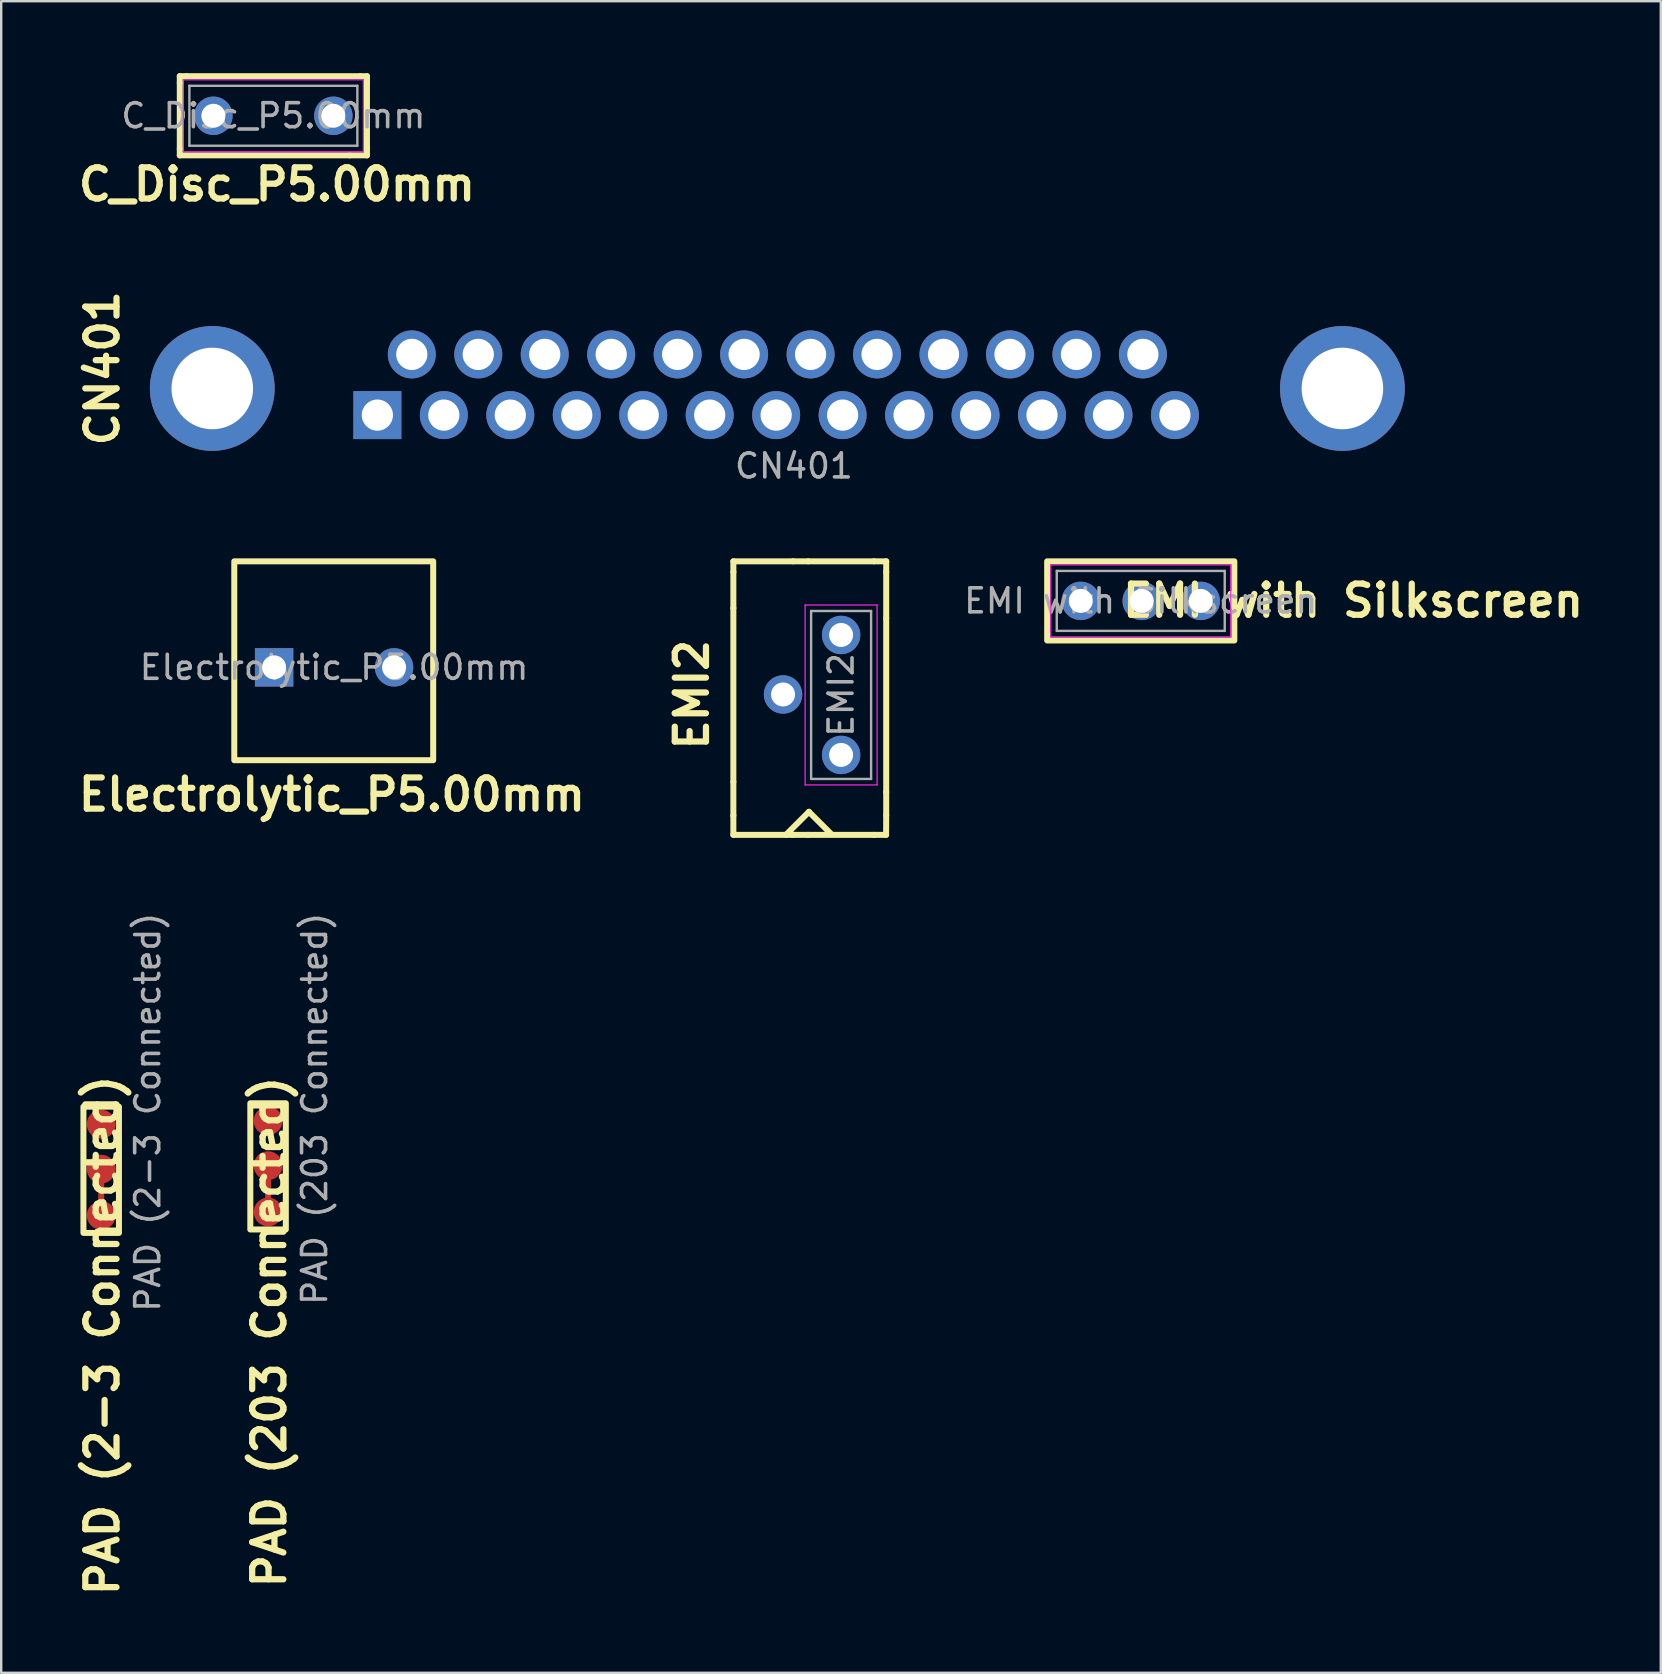
<source format=kicad_pcb>
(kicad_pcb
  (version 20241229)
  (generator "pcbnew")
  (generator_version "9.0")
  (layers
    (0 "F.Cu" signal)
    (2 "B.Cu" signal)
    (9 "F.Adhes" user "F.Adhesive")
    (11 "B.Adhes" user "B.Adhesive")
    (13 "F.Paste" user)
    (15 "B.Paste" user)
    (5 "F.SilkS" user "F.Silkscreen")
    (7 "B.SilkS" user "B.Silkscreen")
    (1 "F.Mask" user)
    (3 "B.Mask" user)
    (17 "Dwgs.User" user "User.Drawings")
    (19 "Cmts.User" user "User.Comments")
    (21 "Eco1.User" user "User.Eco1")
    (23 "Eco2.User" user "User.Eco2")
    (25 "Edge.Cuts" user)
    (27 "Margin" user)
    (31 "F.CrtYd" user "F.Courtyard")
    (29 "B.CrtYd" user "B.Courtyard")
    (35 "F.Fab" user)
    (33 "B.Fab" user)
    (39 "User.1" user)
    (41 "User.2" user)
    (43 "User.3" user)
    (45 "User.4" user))
  (footprint "EMI2"
    (layer "F.Cu")
    (at 29.534 25.863)
    (property "Reference" "EMI2" (at -3.75 0.04 90) (layer "F.SilkS") (effects (font (size 1.3 1.3) (thickness 0.26) (bold yes))))
    (attr through_hole)
    (fp_line (start -2.02 -5.07) (end -2.02 -5.52) (stroke (width 0.25) (type default)) (layer "F.SilkS"))
    (fp_line (start -2.02 -3.57) (end -2.02 -5.07) (stroke (width 0.25) (type default)) (layer "F.SilkS"))
    (fp_line (start -2.02 3.67) (end -2.02 -3.57) (stroke (width 0.25) (type default)) (layer "F.SilkS"))
    (fp_line (start -2.02 3.67) (end -2.02 5.07) (stroke (width 0.25) (type default)) (layer "F.SilkS"))
    (fp_line (start -2.02 5.07) (end -2.02 5.88) (stroke (width 0.25) (type default)) (layer "F.SilkS"))
    (fp_line (start 0.17 5.88) (end 1.13 4.92) (stroke (width 0.25) (type default)) (layer "F.SilkS"))
    (fp_line (start 0.465 5.88) (end -2.02 5.88) (stroke (width 0.25) (type default)) (layer "F.SilkS"))
    (fp_line (start 0.47 -5.52) (end -2.02 -5.52) (stroke (width 0.25) (type default)) (layer "F.SilkS"))
    (fp_line (start 1.095 5.88) (end 0.465 5.88) (stroke (width 0.25) (type default)) (layer "F.SilkS"))
    (fp_line (start 1.095 5.88) (end 3.835 5.88) (stroke (width 0.25) (type solid)) (layer "F.SilkS"))
    (fp_line (start 1.1 -5.52) (end 0.47 -5.52) (stroke (width 0.25) (type default)) (layer "F.SilkS"))
    (fp_line (start 1.1 -5.52) (end 3.84 -5.52) (stroke (width 0.25) (type solid)) (layer "F.SilkS"))
    (fp_line (start 1.13 4.92) (end 2.07 5.86) (stroke (width 0.25) (type default)) (layer "F.SilkS"))
    (fp_line (start 3.835 5.88) (end 4.345 5.88) (stroke (width 0.25) (type default)) (layer "F.SilkS"))
    (fp_line (start 3.84 -5.52) (end 4.35 -5.52) (stroke (width 0.25) (type default)) (layer "F.SilkS"))
    (fp_line (start 4.345 5.88) (end 4.35 5.07) (stroke (width 0.25) (type default)) (layer "F.SilkS"))
    (fp_line (start 4.35 -5.07) (end 4.35 -5.52) (stroke (width 0.25) (type default)) (layer "F.SilkS"))
    (fp_line (start 4.35 -3.14) (end 4.35 -5.07) (stroke (width 0.25) (type default)) (layer "F.SilkS"))
    (fp_line (start 4.35 4.1) (end 4.35 -3.14) (stroke (width 0.25) (type solid)) (layer "F.SilkS"))
    (fp_line (start 4.35 4.1) (end 4.35 5.07) (stroke (width 0.25) (type default)) (layer "F.SilkS"))
    (fp_line (start 0.97 -3.7) (end 0.97 3.8) (stroke (width 0.05) (type solid)) (layer "F.CrtYd"))
    (fp_line (start 0.97 3.8) (end 3.97 3.8) (stroke (width 0.05) (type solid)) (layer "F.CrtYd"))
    (fp_line (start 3.97 -3.7) (end 0.97 -3.7) (stroke (width 0.05) (type solid)) (layer "F.CrtYd"))
    (fp_line (start 3.97 3.8) (end 3.97 -3.7) (stroke (width 0.05) (type solid)) (layer "F.CrtYd"))
    (fp_line (start 1.22 -3.45) (end 1.22 3.55) (stroke (width 0.1) (type solid)) (layer "F.Fab"))
    (fp_line (start 1.22 3.55) (end 3.72 3.55) (stroke (width 0.1) (type solid)) (layer "F.Fab"))
    (fp_line (start 3.72 -3.45) (end 1.22 -3.45) (stroke (width 0.1) (type solid)) (layer "F.Fab"))
    (fp_line (start 3.72 3.55) (end 3.72 -3.45) (stroke (width 0.1) (type solid)) (layer "F.Fab"))
    (fp_text user "${REFERENCE}" (at 2.47 0.05 90) (layer "F.Fab") (effects (font (size 1 1) (thickness 0.15))))
    (pad "1" thru_hole circle (at 2.47 2.55 90) (size 1.6 1.6) (drill 1) (layers "*.Cu" "*.Mask"))
    (pad "2" thru_hole circle (at 0.05 0.03 90) (size 1.6 1.6) (drill 1) (layers "*.Cu" "*.Mask"))
    (pad "3" thru_hole circle (at 2.47 -2.45 90) (size 1.6 1.6) (drill 1) (layers "*.Cu" "*.Mask")))
  (footprint "EMI with Silkscreen"
    (layer "F.Cu")
    (at 44.552 21.963)
    (property "Reference" "EMI with Silkscreen" (at 8.79 0.02 0) (layer "F.SilkS") (effects (font (size 1.3 1.3) (thickness 0.26) (bold yes))))
    (attr through_hole)
    (fp_rect (start -3.96 -1.62) (end 3.84 1.68) (stroke (width 0.25) (type default)) (fill no) (layer "F.SilkS"))
    (fp_line (start -3.81 -1.47) (end -3.81 1.53) (stroke (width 0.05) (type solid)) (layer "F.CrtYd"))
    (fp_line (start -3.81 1.53) (end 3.69 1.53) (stroke (width 0.05) (type solid)) (layer "F.CrtYd"))
    (fp_line (start 3.69 -1.47) (end -3.81 -1.47) (stroke (width 0.05) (type solid)) (layer "F.CrtYd"))
    (fp_line (start 3.69 1.53) (end 3.69 -1.47) (stroke (width 0.05) (type solid)) (layer "F.CrtYd"))
    (fp_line (start -3.56 -1.22) (end -3.56 1.28) (stroke (width 0.1) (type solid)) (layer "F.Fab"))
    (fp_line (start -3.56 1.28) (end 3.44 1.28) (stroke (width 0.1) (type solid)) (layer "F.Fab"))
    (fp_line (start 3.44 -1.22) (end -3.56 -1.22) (stroke (width 0.1) (type solid)) (layer "F.Fab"))
    (fp_line (start 3.44 1.28) (end 3.44 -1.22) (stroke (width 0.1) (type solid)) (layer "F.Fab"))
    (fp_text user "${REFERENCE}" (at -0.06 0.03 0) (layer "F.Fab") (effects (font (size 1 1) (thickness 0.15))))
    (pad "1" thru_hole circle (at -2.56 0.03) (size 1.6 1.6) (drill 1) (layers "*.Cu" "*.Mask"))
    (pad "2" thru_hole circle (at -0.02 0.03) (size 1.6 1.6) (drill 1) (layers "*.Cu" "*.Mask"))
    (pad "3" thru_hole circle (at 2.44 0.03) (size 1.6 1.6) (drill 1) (layers "*.Cu" "*.Mask")))
  (footprint "C_Disc_P5.00mm"
    (layer "F.Cu")
    (at 8.403 1.745)
    (property "Reference" "C_Disc_P5.00mm" (at 0.09 2.89 180) (layer "F.SilkS") (effects (font (size 1.3 1.3) (thickness 0.26) (bold yes))))
    (attr through_hole)
    (fp_line (start -3.96 -1.34) (end -3.96 -1.62) (stroke (width 0.25) (type default)) (layer "F.SilkS"))
    (fp_line (start -3.96 -1.34) (end -3.96 1.4) (stroke (width 0.25) (type solid)) (layer "F.SilkS"))
    (fp_line (start -3.96 1.4) (end -3.96 1.68) (stroke (width 0.25) (type default)) (layer "F.SilkS"))
    (fp_line (start -3.96 1.68) (end 3.125 1.68) (stroke (width 0.25) (type solid)) (layer "F.SilkS"))
    (fp_line (start -3.68 -1.62) (end -3.96 -1.62) (stroke (width 0.25) (type default)) (layer "F.SilkS"))
    (fp_line (start -3.68 -1.62) (end 3.56 -1.62) (stroke (width 0.25) (type default)) (layer "F.SilkS"))
    (fp_line (start 3.125 1.68) (end 3.84 1.68) (stroke (width 0.25) (type default)) (layer "F.SilkS"))
    (fp_line (start 3.56 -1.62) (end 3.84 -1.62) (stroke (width 0.25) (type default)) (layer "F.SilkS"))
    (fp_line (start 3.84 -1.35) (end 3.84 -1.62) (stroke (width 0.25) (type default)) (layer "F.SilkS"))
    (fp_line (start 3.84 -1.35) (end 3.84 1.39) (stroke (width 0.25) (type solid)) (layer "F.SilkS"))
    (fp_line (start 3.84 1.39) (end 3.84 1.68) (stroke (width 0.25) (type default)) (layer "F.SilkS"))
    (fp_line (start -3.81 -1.47) (end -3.81 1.53) (stroke (width 0.05) (type solid)) (layer "F.CrtYd"))
    (fp_line (start -3.81 1.53) (end 3.69 1.53) (stroke (width 0.05) (type solid)) (layer "F.CrtYd"))
    (fp_line (start 3.69 -1.47) (end -3.81 -1.47) (stroke (width 0.05) (type solid)) (layer "F.CrtYd"))
    (fp_line (start 3.69 1.53) (end 3.69 -1.47) (stroke (width 0.05) (type solid)) (layer "F.CrtYd"))
    (fp_line (start -3.56 -1.22) (end -3.56 1.28) (stroke (width 0.1) (type solid)) (layer "F.Fab"))
    (fp_line (start -3.56 1.28) (end 3.44 1.28) (stroke (width 0.1) (type solid)) (layer "F.Fab"))
    (fp_line (start 3.44 -1.22) (end -3.56 -1.22) (stroke (width 0.1) (type solid)) (layer "F.Fab"))
    (fp_line (start 3.44 1.28) (end 3.44 -1.22) (stroke (width 0.1) (type solid)) (layer "F.Fab"))
    (fp_text user "${REFERENCE}" (at -0.06 0.03 180) (layer "F.Fab") (effects (font (size 1 1) (thickness 0.15))))
    (pad "1" thru_hole circle (at -2.56 0.03) (size 1.6 1.6) (drill 1) (layers "*.Cu" "*.Mask"))
    (pad "2" thru_hole circle (at 2.44 0.03) (size 1.6 1.6) (drill 1) (layers "*.Cu" "*.Mask")))
  (footprint "PAD (203 Connected)"
    (layer "F.Cu")
    (at 8.112 43.66)
    (property "Reference" "PAD (203 Connected)" (at 0.06 8.8 90) (layer "F.SilkS") (effects (font (size 1.3 1.3) (thickness 0.26) (bold yes))))
    (attr through_hole)
    (fp_line (start 0.01 1.87) (end 0.01 3.8) (stroke (width 0.25) (type default)) (layer "F.Cu"))
    (fp_rect (start 0.75 4.53) (end -0.73 -0.73) (stroke (width 0.25) (type default)) (fill no) (layer "F.SilkS"))
    (fp_text user "${REFERENCE}" (at 1.95 -0.5 90) (layer "F.Fab") (effects (font (size 1 1) (thickness 0.15))))
    (pad "1" smd circle (at 0.01 0) (size 1.2 1.2) (layers "F.Cu" "F.Mask"))
    (pad "2" smd circle (at 0.01 1.87) (size 1.2 1.2) (layers "F.Cu" "F.Mask"))
    (pad "3" smd circle (at 0.01 3.8) (size 1.2 1.2) (layers "F.Cu" "F.Mask")))
  (footprint "PAD (2-3 Connected)"
    (layer "F.Cu")
    (at 1.157 43.803)
    (property "Reference" "PAD (2-3 Connected)" (at 0.06 8.8 90) (layer "F.SilkS") (effects (font (size 1.3 1.3) (thickness 0.26) (bold yes))))
    (attr through_hole)
    (fp_line (start 0.01 1.87) (end 0.01 3.8) (stroke (width 0.25) (type default)) (layer "F.Cu"))
    (fp_rect (start 0.75 4.53) (end -0.73 -0.73) (stroke (width 0.25) (type default)) (fill no) (layer "F.SilkS"))
    (fp_text user "${REFERENCE}" (at 1.95 -0.5 90) (layer "F.Fab") (effects (font (size 1 1) (thickness 0.15))))
    (pad "1" smd circle (at 0.01 0) (size 1.2 1.2) (layers "F.Cu" "F.Mask"))
    (pad "2" smd circle (at 0.01 1.87) (size 1.2 1.2) (layers "F.Cu" "F.Mask"))
    (pad "3" smd circle (at 0.01 3.8) (size 1.2 1.2) (layers "F.Cu" "F.Mask")))
  (footprint "CN401"
    (layer "F.Cu")
    (at 12.697 14.25)
    (property "Reference" "CN401" (at -11.48 -1.95 90) (layer "F.SilkS") (effects (font (size 1.3 1.3) (thickness 0.26) (bold yes))))
    (attr through_hole)
    (fp_text user "${REFERENCE}" (at 17.34 2.12 0) (layer "F.Fab") (effects (font (size 1 1) (thickness 0.15))))
    (pad "1" thru_hole rect (at -0.02 0 180) (size 2 2) (drill 1.3) (layers "*.Cu" "*.Mask"))
    (pad "2" thru_hole circle (at 2.75 0 180) (size 2 2) (drill 1.3) (layers "*.Cu" "*.Mask"))
    (pad "3" thru_hole circle (at 5.52 0 180) (size 2 2) (drill 1.3) (layers "*.Cu" "*.Mask"))
    (pad "4" thru_hole circle (at 8.29 0 180) (size 2 2) (drill 1.3) (layers "*.Cu" "*.Mask"))
    (pad "5" thru_hole circle (at 11.06 0 180) (size 2 2) (drill 1.3) (layers "*.Cu" "*.Mask"))
    (pad "6" thru_hole circle (at 13.83 0 180) (size 2 2) (drill 1.3) (layers "*.Cu" "*.Mask"))
    (pad "7" thru_hole circle (at 16.6 0 180) (size 2 2) (drill 1.3) (layers "*.Cu" "*.Mask"))
    (pad "8" thru_hole circle (at 19.37 0 180) (size 2 2) (drill 1.3) (layers "*.Cu" "*.Mask"))
    (pad "9" thru_hole circle (at 22.14 0 180) (size 2 2) (drill 1.3) (layers "*.Cu" "*.Mask"))
    (pad "10" thru_hole circle (at 24.91 0 180) (size 2 2) (drill 1.3) (layers "*.Cu" "*.Mask"))
    (pad "11" thru_hole circle (at 27.68 0 180) (size 2 2) (drill 1.3) (layers "*.Cu" "*.Mask"))
    (pad "12" thru_hole circle (at 30.45 0 180) (size 2 2) (drill 1.3) (layers "*.Cu" "*.Mask"))
    (pad "13" thru_hole circle (at 33.22 0 180) (size 2 2) (drill 1.3) (layers "*.Cu" "*.Mask"))
    (pad "14" thru_hole circle (at 1.415 -2.53 180) (size 2 2) (drill 1.3) (layers "*.Cu" "*.Mask"))
    (pad "15" thru_hole circle (at 4.185 -2.53 180) (size 2 2) (drill 1.3) (layers "*.Cu" "*.Mask"))
    (pad "16" thru_hole circle (at 6.955 -2.53 180) (size 2 2) (drill 1.3) (layers "*.Cu" "*.Mask"))
    (pad "17" thru_hole circle (at 9.725 -2.53 180) (size 2 2) (drill 1.3) (layers "*.Cu" "*.Mask"))
    (pad "18" thru_hole circle (at 12.495 -2.53 180) (size 2 2) (drill 1.3) (layers "*.Cu" "*.Mask"))
    (pad "19" thru_hole circle (at 15.265 -2.53 180) (size 2 2) (drill 1.3) (layers "*.Cu" "*.Mask"))
    (pad "20" thru_hole circle (at 18.035 -2.53 180) (size 2 2) (drill 1.3) (layers "*.Cu" "*.Mask"))
    (pad "21" thru_hole circle (at 20.805 -2.53 180) (size 2 2) (drill 1.3) (layers "*.Cu" "*.Mask"))
    (pad "22" thru_hole circle (at 23.575 -2.53 180) (size 2 2) (drill 1.3) (layers "*.Cu" "*.Mask"))
    (pad "23" thru_hole circle (at 26.345 -2.53 180) (size 2 2) (drill 1.3) (layers "*.Cu" "*.Mask"))
    (pad "24" thru_hole circle (at 29.115 -2.53 180) (size 2 2) (drill 1.3) (layers "*.Cu" "*.Mask"))
    (pad "25" thru_hole circle (at -6.9 -1.11 180) (size 5.2 5.2) (drill 3.4) (layers "*.Cu" "*.Mask"))
    (pad "25" thru_hole circle (at 31.885 -2.53 180) (size 2 2) (drill 1.3) (layers "*.Cu" "*.Mask"))
    (pad "25" thru_hole circle (at 40.2 -1.11 180) (size 5.2 5.2) (drill 3.4) (layers "*.Cu" "*.Mask")))
  (footprint "Electrolytic_P5.00mm"
    (layer "F.Cu")
    (at 8.314 24.663)
    (property "Reference" "Electrolytic_P5.00mm" (at 2.47 5.4 0) (layer "F.SilkS") (effects (font (size 1.3 1.3) (thickness 0.26) (bold yes))))
    (attr through_hole)
    (fp_rect (start -1.6 -4.32) (end 6.69 3.97) (stroke (width 0.25) (type default)) (fill no) (layer "F.SilkS"))
    (fp_text user "${REFERENCE}" (at 2.56 0.1 0) (layer "F.Fab") (effects (font (size 1 1) (thickness 0.15))))
    (pad "1" thru_hole rect (at 0.06 0.1) (size 1.6 1.6) (drill 1) (layers "*.Cu" "*.Mask"))
    (pad "2" thru_hole circle (at 5.06 0.1) (size 1.6 1.6) (drill 1) (layers "*.Cu" "*.Mask")))
  (gr_rect
    (start -3 -3)
    (end 66.166 66.665)
    (stroke (width 0.1) (type default))
    (fill no)
    (layer "Edge.Cuts")))
</source>
